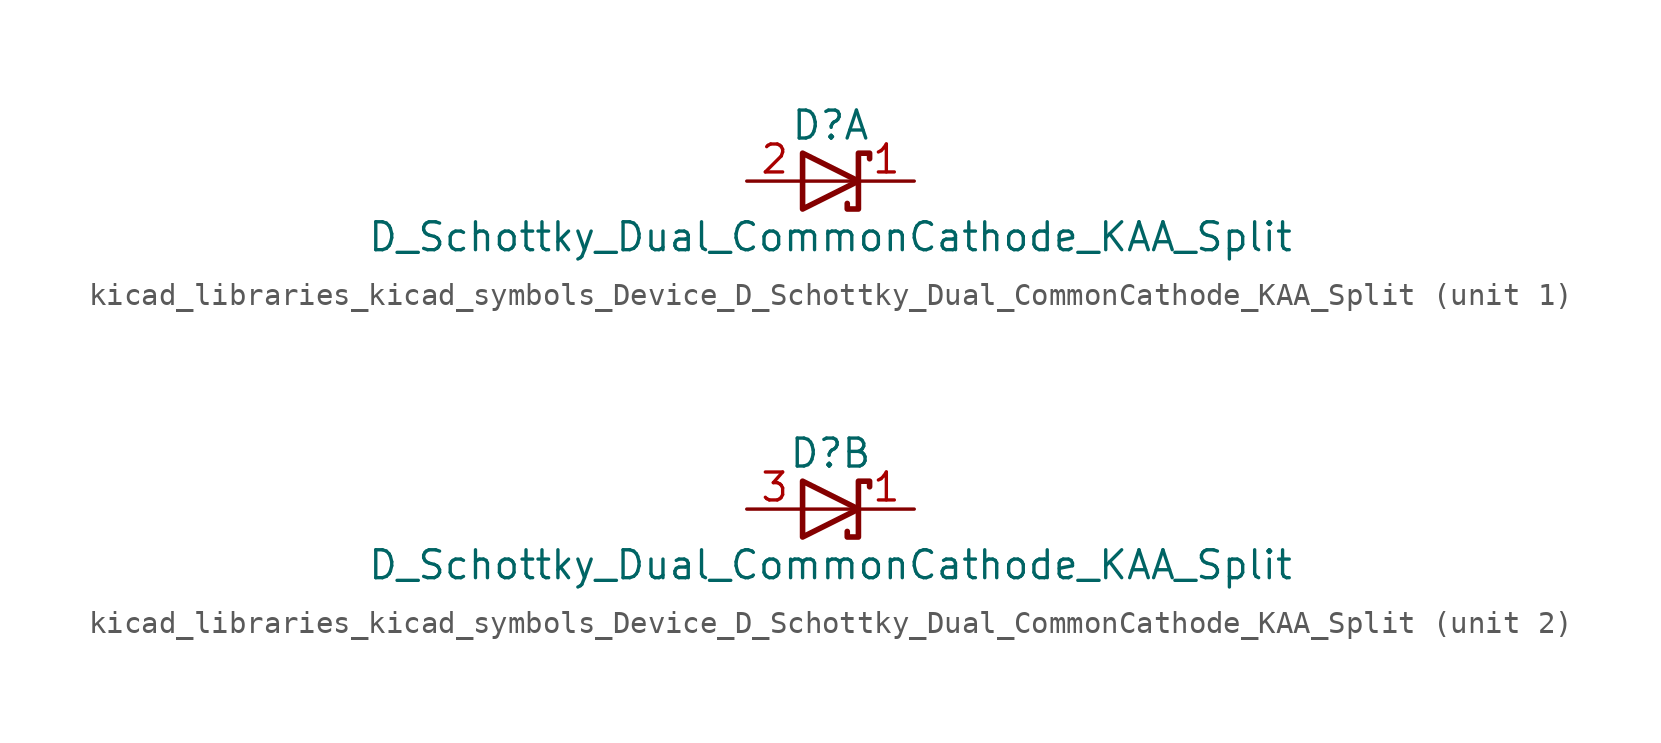
<source format=kicad_sym>
(kicad_symbol_lib
  (version 20220914)
  (generator kicad_symbol_editor)
  (symbol "kicad_libraries_kicad_symbols_Device_D_Schottky_Dual_CommonCathode_KAA_Split"
    (pin_names
      (offset 0.762) hide)
    (property "Reference" "D"
      (at 0 2.54 0)
      (effects (font (size 1.27 1.27))))
    (property "Value" "D_Schottky_Dual_CommonCathode_KAA_Split"
      (at 0 -2.54 0)
      (effects (font (size 1.27 1.27))))
    (property "ki_locked" ""
      (at 0 0 0)
      (effects (font (size 1.27 1.27))))
    (symbol "kicad_libraries_kicad_symbols_Device_D_Schottky_Dual_CommonCathode_KAA_Split_0_1"
      (polyline (pts (xy 1.27 0) (xy -1.27 0)) (stroke (width 0) (type default)) (fill (type none)))
      (polyline (pts (xy -1.27 1.27) (xy 1.27 0) (xy -1.27 -1.27) (xy -1.27 1.27) (xy -1.27 1.27) (xy -1.27 1.27)) (stroke (width 0.254) (type default)) (fill (type none)))
      (polyline (pts (xy 1.778 1.016) (xy 1.778 1.27) (xy 1.27 1.27) (xy 1.27 -1.27) (xy 0.762 -1.27) (xy 0.762 -1.016)) (stroke (width 0.254) (type default)) (fill (type none)))
      (pin passive line (at 3.81 0 180) (length 2.54) (name "K" (effects (font (size 1.27 1.27)))) (number "1" (effects (font (size 1.27 1.27))))))
    (symbol "kicad_libraries_kicad_symbols_Device_D_Schottky_Dual_CommonCathode_KAA_Split_1_1"
      (pin passive line (at -3.81 0 0) (length 2.54) (name "A" (effects (font (size 1.27 1.27)))) (number "2" (effects (font (size 1.27 1.27))))))
    (symbol "kicad_libraries_kicad_symbols_Device_D_Schottky_Dual_CommonCathode_KAA_Split_2_1"
      (pin passive line (at -3.81 0 0) (length 2.54) (name "K" (effects (font (size 1.27 1.27)))) (number "3" (effects (font (size 1.27 1.27))))))))
</source>
